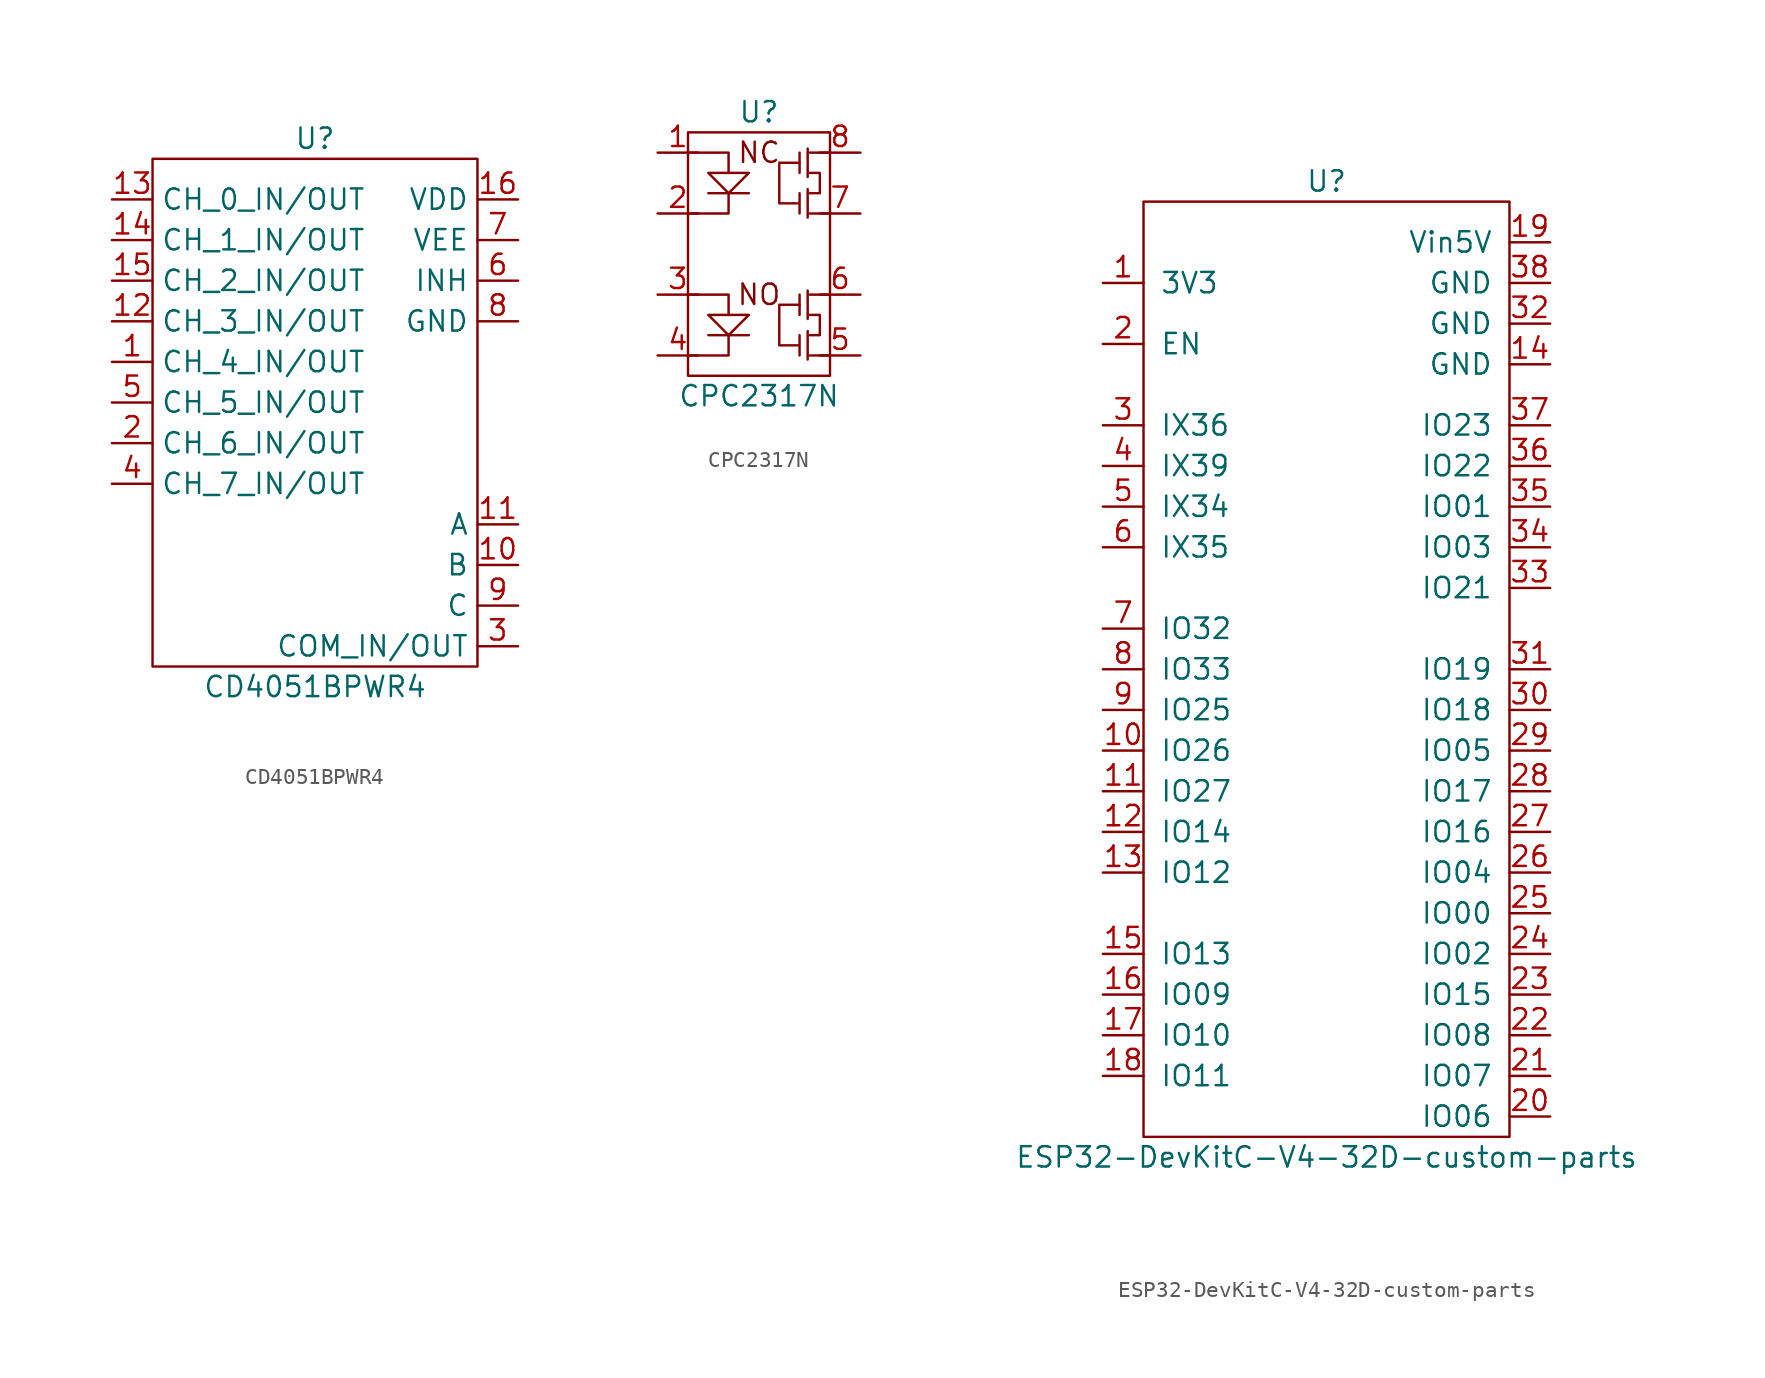
<source format=kicad_sym>
(kicad_symbol_lib
  (version 20220914)
  (generator kicad_symbol_editor)
  (symbol "CD4051BPWR4"
    (property "Reference" "U"
      (at 10.16 1.27 0)
      (effects (font (size 1.27 1.27))))
    (property "Value" "CD4051BPWR4"
      (at 10.16 -33.02 0)
      (effects (font (size 1.27 1.27))))
    (symbol "CD4051BPWR4_0_1"
      (rectangle (start 0 0) (end 20.32 -31.75) (stroke (width 0) (type default)) (fill (type none))))
    (symbol "CD4051BPWR4_1_1"
      (pin passive line (at -2.54 -12.7 0) (length 2.54) (name "CH_4_IN/OUT" (effects (font (size 1.27 1.27)))) (number "1" (effects (font (size 1.27 1.27)))))
      (pin passive line (at 22.86 -25.4 180) (length 2.54) (name "B" (effects (font (size 1.27 1.27)))) (number "10" (effects (font (size 1.27 1.27)))))
      (pin passive line (at 22.86 -22.86 180) (length 2.54) (name "A" (effects (font (size 1.27 1.27)))) (number "11" (effects (font (size 1.27 1.27)))))
      (pin passive line (at -2.54 -10.16 0) (length 2.54) (name "CH_3_IN/OUT" (effects (font (size 1.27 1.27)))) (number "12" (effects (font (size 1.27 1.27)))))
      (pin passive line (at -2.54 -2.54 0) (length 2.54) (name "CH_0_IN/OUT" (effects (font (size 1.27 1.27)))) (number "13" (effects (font (size 1.27 1.27)))))
      (pin passive line (at -2.54 -5.08 0) (length 2.54) (name "CH_1_IN/OUT" (effects (font (size 1.27 1.27)))) (number "14" (effects (font (size 1.27 1.27)))))
      (pin passive line (at -2.54 -7.62 0) (length 2.54) (name "CH_2_IN/OUT" (effects (font (size 1.27 1.27)))) (number "15" (effects (font (size 1.27 1.27)))))
      (pin power_in line (at 22.86 -2.54 180) (length 2.54) (name "VDD" (effects (font (size 1.27 1.27)))) (number "16" (effects (font (size 1.27 1.27)))))
      (pin passive line (at -2.54 -17.78 0) (length 2.54) (name "CH_6_IN/OUT" (effects (font (size 1.27 1.27)))) (number "2" (effects (font (size 1.27 1.27)))))
      (pin passive line (at 22.86 -30.48 180) (length 2.54) (name "COM_IN/OUT" (effects (font (size 1.27 1.27)))) (number "3" (effects (font (size 1.27 1.27)))))
      (pin passive line (at -2.54 -20.32 0) (length 2.54) (name "CH_7_IN/OUT" (effects (font (size 1.27 1.27)))) (number "4" (effects (font (size 1.27 1.27)))))
      (pin passive line (at -2.54 -15.24 0) (length 2.54) (name "CH_5_IN/OUT" (effects (font (size 1.27 1.27)))) (number "5" (effects (font (size 1.27 1.27)))))
      (pin passive line (at 22.86 -7.62 180) (length 2.54) (name "INH" (effects (font (size 1.27 1.27)))) (number "6" (effects (font (size 1.27 1.27)))))
      (pin power_in line (at 22.86 -5.08 180) (length 2.54) (name "VEE" (effects (font (size 1.27 1.27)))) (number "7" (effects (font (size 1.27 1.27)))))
      (pin power_in line (at 22.86 -10.16 180) (length 2.54) (name "GND" (effects (font (size 1.27 1.27)))) (number "8" (effects (font (size 1.27 1.27)))))
      (pin passive line (at 22.86 -27.94 180) (length 2.54) (name "C" (effects (font (size 1.27 1.27)))) (number "9" (effects (font (size 1.27 1.27)))))))
  (symbol "CPC2317N"
    (pin_names
      (offset 1.016))
    (property "Reference" "U"
      (at 0 8.89 0)
      (effects (font (size 1.27 1.27))))
    (property "Value" "CPC2317N"
      (at 0 -8.89 0)
      (effects (font (size 1.27 1.27))))
    (symbol "CPC2317N_0_0"
      (text "NC" (at 0 6.35 0) (effects (font (size 1.27 1.27))))
      (text "NO" (at 0 -2.54 0) (effects (font (size 1.27 1.27)))))
    (symbol "CPC2317N_0_1"
      (rectangle (start -4.445 7.62) (end 4.445 -7.62) (stroke (width 0) (type default)) (fill (type none)))
      (polyline (pts (xy -3.175 -5.08) (xy -0.635 -5.08)) (stroke (width 0) (type default)) (fill (type none)))
      (polyline (pts (xy -3.175 3.81) (xy -0.635 3.81)) (stroke (width 0) (type default)) (fill (type none)))
      (polyline (pts (xy 2.54 -2.54) (xy 2.54 -3.81)) (stroke (width 0) (type default)) (fill (type none)))
      (polyline (pts (xy 2.54 6.35) (xy 2.54 5.08)) (stroke (width 0) (type default)) (fill (type none)))
      (polyline (pts (xy 3.048 -4.826) (xy 3.048 -6.604)) (stroke (width 0) (type default)) (fill (type none)))
      (polyline (pts (xy 3.048 -4.064) (xy 3.048 -2.286)) (stroke (width 0) (type default)) (fill (type none)))
      (polyline (pts (xy 3.048 4.064) (xy 3.048 2.286)) (stroke (width 0) (type default)) (fill (type none)))
      (polyline (pts (xy 3.048 4.826) (xy 3.048 6.604)) (stroke (width 0) (type default)) (fill (type none)))
      (polyline (pts (xy 3.175 -6.35) (xy 4.445 -6.35)) (stroke (width 0) (type default)) (fill (type none)))
      (polyline (pts (xy 3.175 -2.54) (xy 4.445 -2.54)) (stroke (width 0) (type default)) (fill (type none)))
      (polyline (pts (xy 3.175 2.54) (xy 4.445 2.54)) (stroke (width 0) (type default)) (fill (type none)))
      (polyline (pts (xy 3.175 6.35) (xy 4.445 6.35)) (stroke (width 0) (type default)) (fill (type none)))
      (polyline (pts (xy -1.905 -5.08) (xy -1.905 -6.35) (xy -4.445 -6.35)) (stroke (width 0) (type default)) (fill (type none)))
      (polyline (pts (xy -1.905 3.81) (xy -1.905 2.54) (xy -4.445 2.54)) (stroke (width 0) (type default)) (fill (type none)))
      (polyline (pts (xy 3.175 -5.08) (xy 3.81 -5.08) (xy 3.81 -3.81) (xy 3.175 -3.81)) (stroke (width 0) (type default)) (fill (type none)))
      (polyline (pts (xy 3.175 3.81) (xy 3.81 3.81) (xy 3.81 5.08) (xy 3.175 5.08)) (stroke (width 0) (type default)) (fill (type none)))
      (polyline (pts (xy 2.54 -3.175) (xy 1.27 -3.175) (xy 1.27 -5.715) (xy 2.54 -5.715) (xy 2.54 -5.08) (xy 2.54 -6.35)) (stroke (width 0) (type default)) (fill (type none)))
      (polyline (pts (xy 2.54 5.715) (xy 1.27 5.715) (xy 1.27 3.175) (xy 2.54 3.175) (xy 2.54 3.81) (xy 2.54 2.54)) (stroke (width 0) (type default)) (fill (type none)))
      (polyline (pts (xy -4.445 -2.54) (xy -1.905 -2.54) (xy -1.905 -3.81) (xy -3.175 -3.81) (xy -1.905 -5.08) (xy -0.635 -3.81) (xy -1.905 -3.81)) (stroke (width 0) (type default)) (fill (type none)))
      (polyline (pts (xy -4.445 6.35) (xy -1.905 6.35) (xy -1.905 5.08) (xy -3.175 5.08) (xy -1.905 3.81) (xy -0.635 5.08) (xy -1.905 5.08)) (stroke (width 0) (type default)) (fill (type none))))
    (symbol "CPC2317N_1_1"
      (pin passive line (at -6.35 6.35 0) (length 2.54) (name "~" (effects (font (size 1.27 1.27)))) (number "1" (effects (font (size 1.27 1.27)))))
      (pin passive line (at -6.35 2.54 0) (length 2.54) (name "~" (effects (font (size 1.27 1.27)))) (number "2" (effects (font (size 1.27 1.27)))))
      (pin passive line (at -6.35 -2.54 0) (length 2.54) (name "~" (effects (font (size 1.27 1.27)))) (number "3" (effects (font (size 1.27 1.27)))))
      (pin passive line (at -6.35 -6.35 0) (length 2.54) (name "~" (effects (font (size 1.27 1.27)))) (number "4" (effects (font (size 1.27 1.27)))))
      (pin passive line (at 6.35 -6.35 180) (length 2.54) (name "~" (effects (font (size 1.27 1.27)))) (number "5" (effects (font (size 1.27 1.27)))))
      (pin passive line (at 6.35 -2.54 180) (length 2.54) (name "~" (effects (font (size 1.27 1.27)))) (number "6" (effects (font (size 1.27 1.27)))))
      (pin passive line (at 6.35 2.54 180) (length 2.54) (name "~" (effects (font (size 1.27 1.27)))) (number "7" (effects (font (size 1.27 1.27)))))
      (pin passive line (at 6.35 6.35 180) (length 2.54) (name "~" (effects (font (size 1.27 1.27)))) (number "8" (effects (font (size 1.27 1.27)))))))
  (symbol "ESP32-DevKitC-V4-32D-custom-parts"
    (pin_names
      (offset 1.016))
    (property "Reference" "U"
      (at 0 30.48 0)
      (effects (font (size 1.27 1.27))))
    (property "Value" "ESP32-DevKitC-V4-32D-custom-parts"
      (at 0 -30.48 0)
      (effects (font (size 1.27 1.27))))
    (symbol "ESP32-DevKitC-V4-32D-custom-parts_0_0"
      (pin output line (at -13.97 24.13 0) (length 2.54) (name "3V3" (effects (font (size 1.27 1.27)))) (number "1" (effects (font (size 1.27 1.27)))))
      (pin bidirectional line (at -13.97 -5.08 0) (length 2.54) (name "IO26" (effects (font (size 1.27 1.27)))) (number "10" (effects (font (size 1.27 1.27)))))
      (pin bidirectional line (at -13.97 -7.62 0) (length 2.54) (name "IO27" (effects (font (size 1.27 1.27)))) (number "11" (effects (font (size 1.27 1.27)))))
      (pin bidirectional line (at -13.97 -10.16 0) (length 2.54) (name "IO14" (effects (font (size 1.27 1.27)))) (number "12" (effects (font (size 1.27 1.27)))))
      (pin bidirectional line (at -13.97 -12.7 0) (length 2.54) (name "IO12" (effects (font (size 1.27 1.27)))) (number "13" (effects (font (size 1.27 1.27)))))
      (pin power_in line (at 13.97 19.05 180) (length 2.54) (name "GND" (effects (font (size 1.27 1.27)))) (number "14" (effects (font (size 1.27 1.27)))))
      (pin bidirectional line (at -13.97 -17.78 0) (length 2.54) (name "IO13" (effects (font (size 1.27 1.27)))) (number "15" (effects (font (size 1.27 1.27)))))
      (pin bidirectional line (at -13.97 -20.32 0) (length 2.54) (name "IO09" (effects (font (size 1.27 1.27)))) (number "16" (effects (font (size 1.27 1.27)))))
      (pin bidirectional line (at -13.97 -22.86 0) (length 2.54) (name "IO10" (effects (font (size 1.27 1.27)))) (number "17" (effects (font (size 1.27 1.27)))))
      (pin bidirectional line (at -13.97 -25.4 0) (length 2.54) (name "IO11" (effects (font (size 1.27 1.27)))) (number "18" (effects (font (size 1.27 1.27)))))
      (pin power_in line (at 13.97 26.67 180) (length 2.54) (name "Vin5V" (effects (font (size 1.27 1.27)))) (number "19" (effects (font (size 1.27 1.27)))))
      (pin input line (at -13.97 20.32 0) (length 2.54) (name "EN" (effects (font (size 1.27 1.27)))) (number "2" (effects (font (size 1.27 1.27)))))
      (pin bidirectional line (at 13.97 -27.94 180) (length 2.54) (name "IO06" (effects (font (size 1.27 1.27)))) (number "20" (effects (font (size 1.27 1.27)))))
      (pin bidirectional line (at 13.97 -25.4 180) (length 2.54) (name "IO07" (effects (font (size 1.27 1.27)))) (number "21" (effects (font (size 1.27 1.27)))))
      (pin bidirectional line (at 13.97 -22.86 180) (length 2.54) (name "IO08" (effects (font (size 1.27 1.27)))) (number "22" (effects (font (size 1.27 1.27)))))
      (pin bidirectional line (at 13.97 -20.32 180) (length 2.54) (name "IO15" (effects (font (size 1.27 1.27)))) (number "23" (effects (font (size 1.27 1.27)))))
      (pin bidirectional line (at 13.97 -17.78 180) (length 2.54) (name "IO02" (effects (font (size 1.27 1.27)))) (number "24" (effects (font (size 1.27 1.27)))))
      (pin bidirectional line (at 13.97 -15.24 180) (length 2.54) (name "IO00" (effects (font (size 1.27 1.27)))) (number "25" (effects (font (size 1.27 1.27)))))
      (pin bidirectional line (at 13.97 -12.7 180) (length 2.54) (name "IO04" (effects (font (size 1.27 1.27)))) (number "26" (effects (font (size 1.27 1.27)))))
      (pin bidirectional line (at 13.97 -10.16 180) (length 2.54) (name "IO16" (effects (font (size 1.27 1.27)))) (number "27" (effects (font (size 1.27 1.27)))))
      (pin bidirectional line (at 13.97 -7.62 180) (length 2.54) (name "IO17" (effects (font (size 1.27 1.27)))) (number "28" (effects (font (size 1.27 1.27)))))
      (pin bidirectional line (at 13.97 -5.08 180) (length 2.54) (name "IO05" (effects (font (size 1.27 1.27)))) (number "29" (effects (font (size 1.27 1.27)))))
      (pin input line (at -13.97 15.24 0) (length 2.54) (name "IX36" (effects (font (size 1.27 1.27)))) (number "3" (effects (font (size 1.27 1.27)))))
      (pin bidirectional line (at 13.97 -2.54 180) (length 2.54) (name "IO18" (effects (font (size 1.27 1.27)))) (number "30" (effects (font (size 1.27 1.27)))))
      (pin bidirectional line (at 13.97 0 180) (length 2.54) (name "IO19" (effects (font (size 1.27 1.27)))) (number "31" (effects (font (size 1.27 1.27)))))
      (pin power_in line (at 13.97 21.59 180) (length 2.54) (name "GND" (effects (font (size 1.27 1.27)))) (number "32" (effects (font (size 1.27 1.27)))))
      (pin power_in line (at 13.97 5.08 180) (length 2.54) (name "IO21" (effects (font (size 1.27 1.27)))) (number "33" (effects (font (size 1.27 1.27)))))
      (pin bidirectional line (at 13.97 7.62 180) (length 2.54) (name "IO03" (effects (font (size 1.27 1.27)))) (number "34" (effects (font (size 1.27 1.27)))))
      (pin bidirectional line (at 13.97 10.16 180) (length 2.54) (name "IO01" (effects (font (size 1.27 1.27)))) (number "35" (effects (font (size 1.27 1.27)))))
      (pin bidirectional line (at 13.97 12.7 180) (length 2.54) (name "IO22" (effects (font (size 1.27 1.27)))) (number "36" (effects (font (size 1.27 1.27)))))
      (pin bidirectional line (at 13.97 15.24 180) (length 2.54) (name "IO23" (effects (font (size 1.27 1.27)))) (number "37" (effects (font (size 1.27 1.27)))))
      (pin power_in line (at 13.97 24.13 180) (length 2.54) (name "GND" (effects (font (size 1.27 1.27)))) (number "38" (effects (font (size 1.27 1.27)))))
      (pin input line (at -13.97 12.7 0) (length 2.54) (name "IX39" (effects (font (size 1.27 1.27)))) (number "4" (effects (font (size 1.27 1.27)))))
      (pin input line (at -13.97 10.16 0) (length 2.54) (name "IX34" (effects (font (size 1.27 1.27)))) (number "5" (effects (font (size 1.27 1.27)))))
      (pin input line (at -13.97 7.62 0) (length 2.54) (name "IX35" (effects (font (size 1.27 1.27)))) (number "6" (effects (font (size 1.27 1.27)))))
      (pin bidirectional line (at -13.97 2.54 0) (length 2.54) (name "IO32" (effects (font (size 1.27 1.27)))) (number "7" (effects (font (size 1.27 1.27)))))
      (pin bidirectional line (at -13.97 0 0) (length 2.54) (name "IO33" (effects (font (size 1.27 1.27)))) (number "8" (effects (font (size 1.27 1.27)))))
      (pin bidirectional line (at -13.97 -2.54 0) (length 2.54) (name "IO25" (effects (font (size 1.27 1.27)))) (number "9" (effects (font (size 1.27 1.27))))))
    (symbol "ESP32-DevKitC-V4-32D-custom-parts_0_1"
      (rectangle (start -11.43 29.21) (end 11.43 -29.21) (stroke (width 0) (type default)) (fill (type none))))))
</source>
